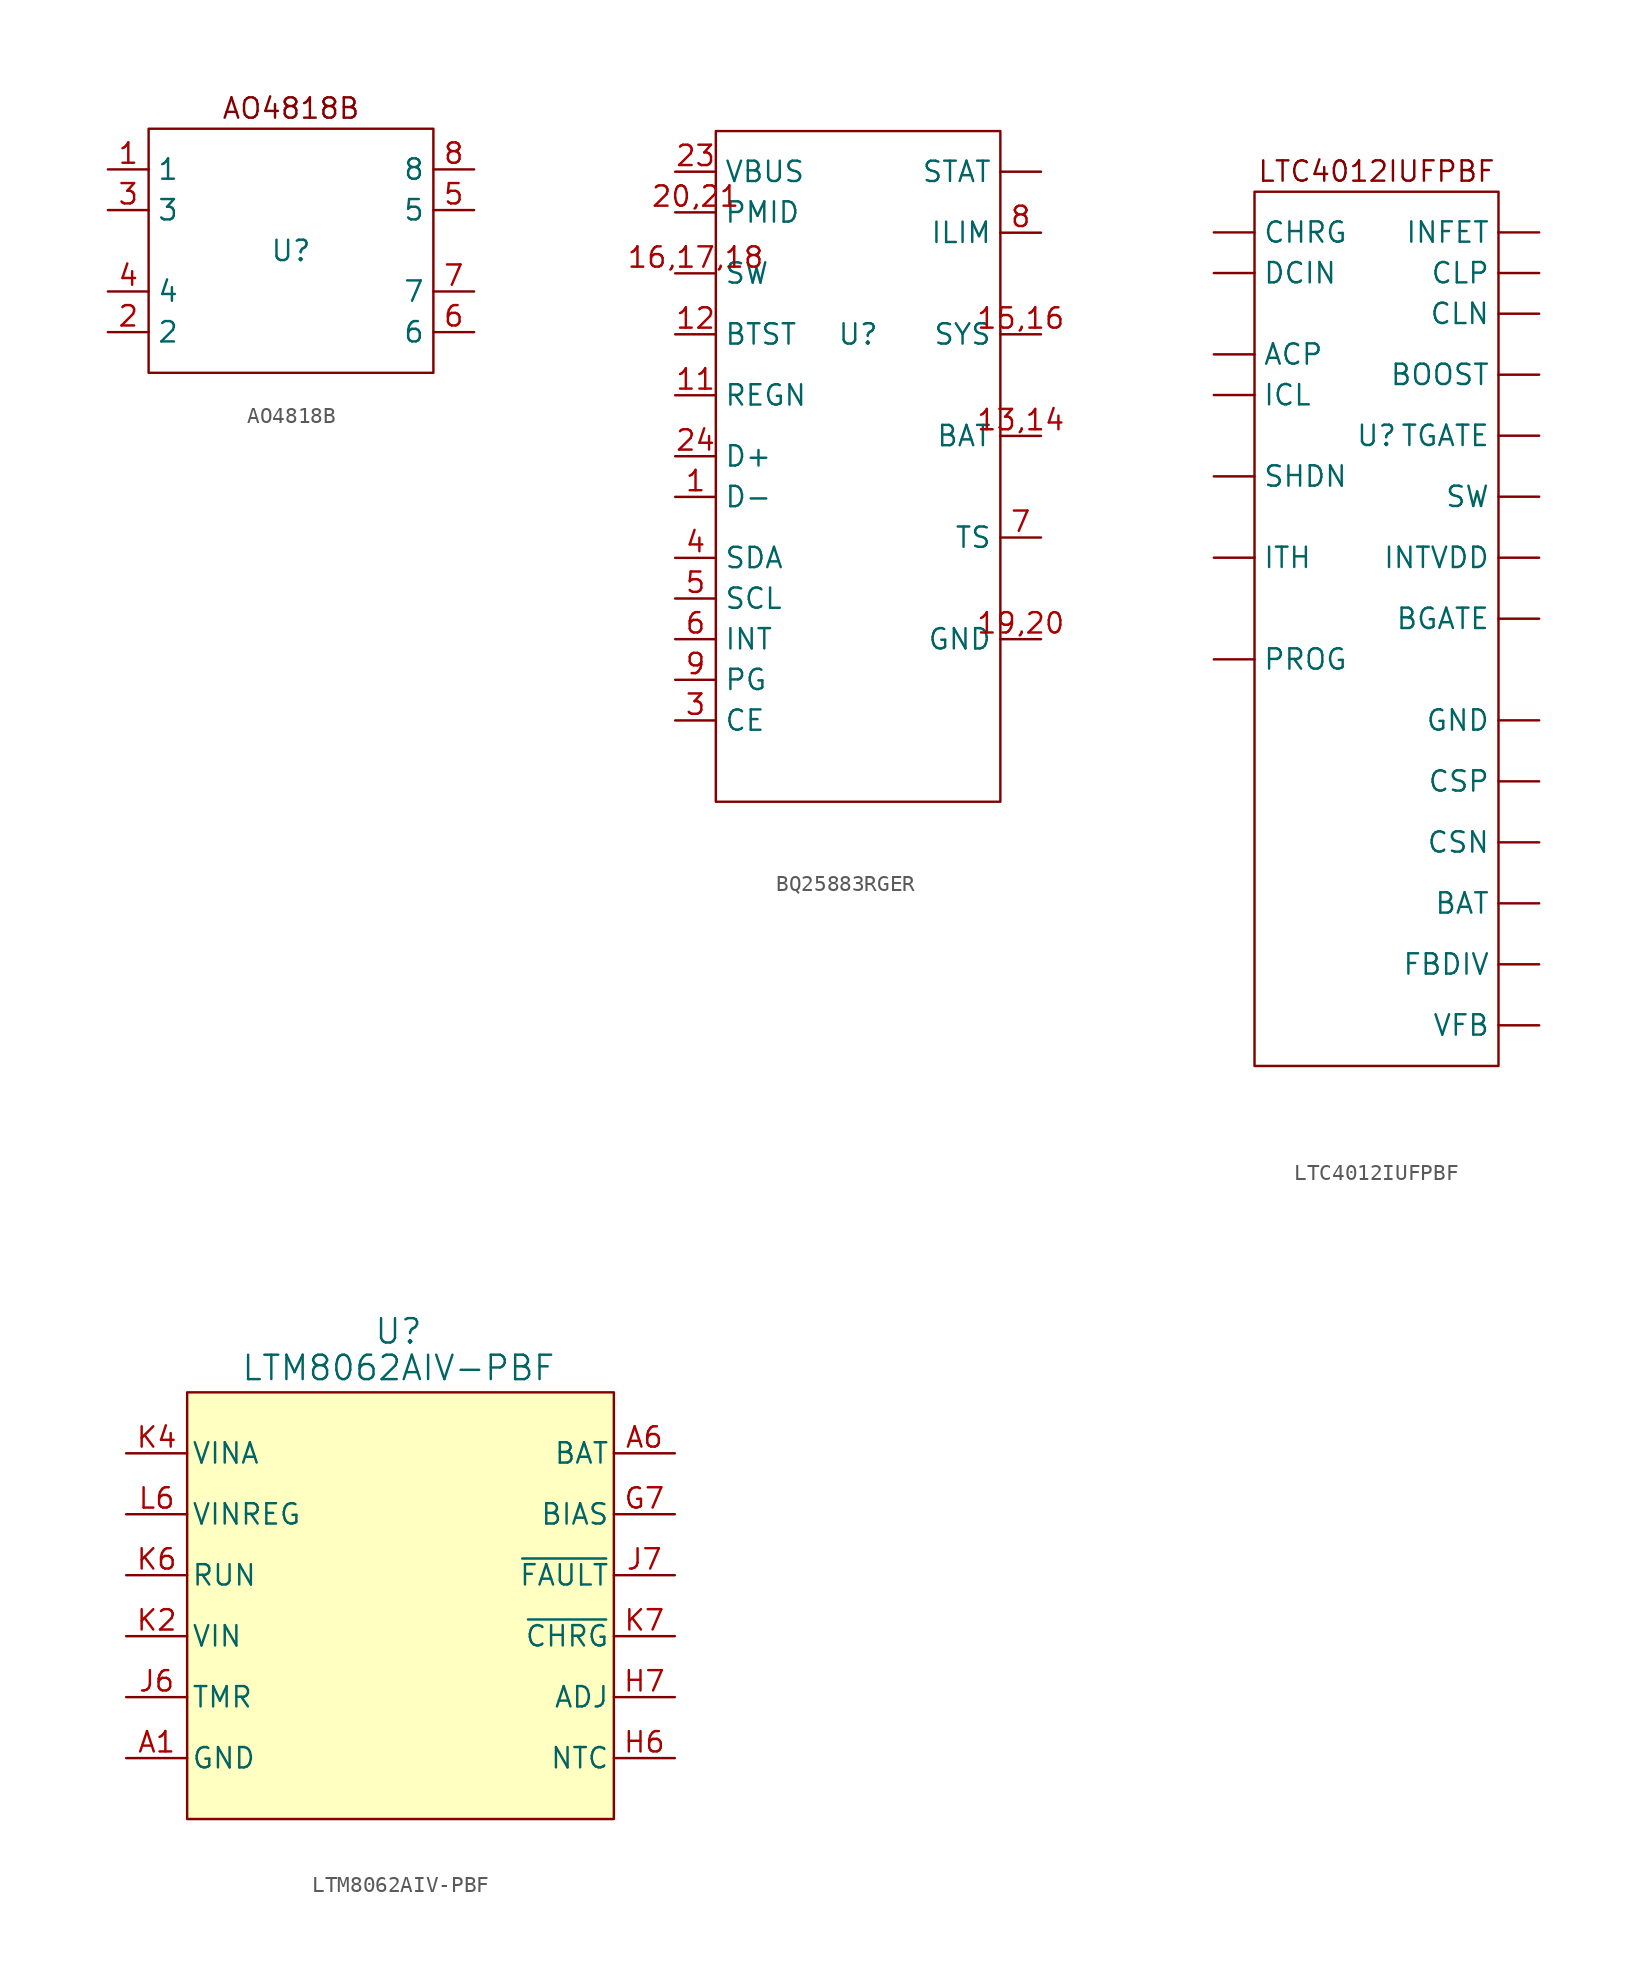
<source format=kicad_sym>
(kicad_symbol_lib
  (version 20241209)
  (generator "kicad_symbol_editor")
  (generator_version "9.0")
  (symbol "AO4818B"
    (property "Reference" "U"
      (at 0 0 0)
      (effects (font (size 1.27 1.27))))
    (property "Value" ""
      (at 0 0 0)
      (effects (font (size 1.27 1.27))))
    (symbol "AO4818B_0_1"
      (rectangle (start -8.89 7.62) (end 8.89 -7.62) (stroke (width 0) (type default)) (fill (type none))))
    (symbol "AO4818B_1_1"
      (text "AO4818B" (at 0 8.89 0) (effects (font (size 1.27 1.27))))
      (pin input line (at -11.43 5.08 0) (length 2.54) (name "1" (effects (font (size 1.27 1.27)))) (number "1" (effects (font (size 1.27 1.27)))))
      (pin input line (at -11.43 2.54 0) (length 2.54) (name "3" (effects (font (size 1.27 1.27)))) (number "3" (effects (font (size 1.27 1.27)))))
      (pin input line (at -11.43 -2.54 0) (length 2.54) (name "4" (effects (font (size 1.27 1.27)))) (number "4" (effects (font (size 1.27 1.27)))))
      (pin input line (at -11.43 -5.08 0) (length 2.54) (name "2" (effects (font (size 1.27 1.27)))) (number "2" (effects (font (size 1.27 1.27)))))
      (pin input line (at 11.43 5.08 180) (length 2.54) (name "8" (effects (font (size 1.27 1.27)))) (number "8" (effects (font (size 1.27 1.27)))))
      (pin input line (at 11.43 2.54 180) (length 2.54) (name "5" (effects (font (size 1.27 1.27)))) (number "5" (effects (font (size 1.27 1.27)))))
      (pin input line (at 11.43 -2.54 180) (length 2.54) (name "7" (effects (font (size 1.27 1.27)))) (number "7" (effects (font (size 1.27 1.27)))))
      (pin input line (at 11.43 -5.08 180) (length 2.54) (name "6" (effects (font (size 1.27 1.27)))) (number "6" (effects (font (size 1.27 1.27)))))))
  (symbol "BQ25883RGER"
    (property "Reference" "U"
      (at 0 0 0)
      (effects (font (size 1.27 1.27))))
    (property "Value" ""
      (at 0 0 0)
      (effects (font (size 1.27 1.27))))
    (symbol "BQ25883RGER_0_1"
      (rectangle (start -8.89 12.7) (end 8.89 -29.21) (stroke (width 0) (type default)) (fill (type none))))
    (symbol "BQ25883RGER_1_1"
      (pin input line (at -11.43 10.16 0) (length 2.54) (name "VBUS" (effects (font (size 1.27 1.27)))) (number "23" (effects (font (size 1.27 1.27)))))
      (pin input line (at -11.43 7.62 0) (length 2.54) (name "PMID" (effects (font (size 1.27 1.27)))) (number "20,21" (effects (font (size 1.27 1.27)))))
      (pin input line (at -11.43 3.81 0) (length 2.54) (name "SW" (effects (font (size 1.27 1.27)))) (number "16,17,18" (effects (font (size 1.27 1.27)))))
      (pin input line (at -11.43 0 0) (length 2.54) (name "BTST" (effects (font (size 1.27 1.27)))) (number "12" (effects (font (size 1.27 1.27)))))
      (pin input line (at -11.43 -3.81 0) (length 2.54) (name "REGN" (effects (font (size 1.27 1.27)))) (number "11" (effects (font (size 1.27 1.27)))))
      (pin input line (at -11.43 -7.62 0) (length 2.54) (name "D+" (effects (font (size 1.27 1.27)))) (number "24" (effects (font (size 1.27 1.27)))))
      (pin input line (at -11.43 -10.16 0) (length 2.54) (name "D-" (effects (font (size 1.27 1.27)))) (number "1" (effects (font (size 1.27 1.27)))))
      (pin input line (at -11.43 -13.97 0) (length 2.54) (name "SDA" (effects (font (size 1.27 1.27)))) (number "4" (effects (font (size 1.27 1.27)))))
      (pin input line (at -11.43 -16.51 0) (length 2.54) (name "SCL" (effects (font (size 1.27 1.27)))) (number "5" (effects (font (size 1.27 1.27)))))
      (pin input line (at -11.43 -19.05 0) (length 2.54) (name "INT" (effects (font (size 1.27 1.27)))) (number "6" (effects (font (size 1.27 1.27)))))
      (pin input line (at -11.43 -21.59 0) (length 2.54) (name "PG" (effects (font (size 1.27 1.27)))) (number "9" (effects (font (size 1.27 1.27)))))
      (pin input line (at -11.43 -24.13 0) (length 2.54) (name "CE" (effects (font (size 1.27 1.27)))) (number "3" (effects (font (size 1.27 1.27)))))
      (pin input line (at 11.43 10.16 180) (length 2.54) (name "STAT" (effects (font (size 1.27 1.27)))) (number "" (effects (font (size 1.27 1.27)))))
      (pin input line (at 11.43 6.35 180) (length 2.54) (name "ILIM" (effects (font (size 1.27 1.27)))) (number "8" (effects (font (size 1.27 1.27)))))
      (pin input line (at 11.43 0 180) (length 2.54) (name "SYS" (effects (font (size 1.27 1.27)))) (number "15,16" (effects (font (size 1.27 1.27)))))
      (pin input line (at 11.43 -6.35 180) (length 2.54) (name "BAT" (effects (font (size 1.27 1.27)))) (number "13,14" (effects (font (size 1.27 1.27)))))
      (pin input line (at 11.43 -12.7 180) (length 2.54) (name "TS" (effects (font (size 1.27 1.27)))) (number "7" (effects (font (size 1.27 1.27)))))
      (pin input line (at 11.43 -19.05 180) (length 2.54) (name "GND" (effects (font (size 1.27 1.27)))) (number "19,20" (effects (font (size 1.27 1.27)))))))
  (symbol "LTC4012IUFPBF"
    (property "Reference" "U"
      (at 0 0 0)
      (effects (font (size 1.27 1.27))))
    (property "Value" ""
      (at 0 0 0)
      (effects (font (size 1.27 1.27))))
    (symbol "LTC4012IUFPBF_0_1"
      (rectangle (start -7.62 15.24) (end 7.62 -39.37) (stroke (width 0) (type default)) (fill (type none))))
    (symbol "LTC4012IUFPBF_1_1"
      (text "LTC4012IUFPBF" (at 0 16.51 0) (effects (font (size 1.27 1.27))))
      (pin input line (at -10.16 12.7 0) (length 2.54) (name "CHRG" (effects (font (size 1.27 1.27)))) (number "7" (effects (font (size 0 0)))))
      (pin input line (at -10.16 10.16 0) (length 2.54) (name "DCIN" (effects (font (size 1.27 1.27)))) (number "4" (effects (font (size 0 0)))))
      (pin input line (at -10.16 5.08 0) (length 2.54) (name "ACP" (effects (font (size 1.27 1.27)))) (number "5" (effects (font (size 0 0)))))
      (pin input line (at -10.16 2.54 0) (length 2.54) (name "ICL" (effects (font (size 1.27 1.27)))) (number "8" (effects (font (size 0 0)))))
      (pin input line (at -10.16 -2.54 0) (length 2.54) (name "SHDN" (effects (font (size 1.27 1.27)))) (number "6" (effects (font (size 0 0)))))
      (pin input line (at -10.16 -7.62 0) (length 2.54) (name "ITH" (effects (font (size 1.27 1.27)))) (number "12" (effects (font (size 0 0)))))
      (pin input line (at -10.16 -13.97 0) (length 2.54) (name "PROG" (effects (font (size 1.27 1.27)))) (number "13" (effects (font (size 0 0)))))
      (pin input line (at 10.16 12.7 180) (length 2.54) (name "INFET" (effects (font (size 1.27 1.27)))) (number "3" (effects (font (size 0 0)))))
      (pin input line (at 10.16 10.16 180) (length 2.54) (name "CLP" (effects (font (size 1.27 1.27)))) (number "2" (effects (font (size 0 0)))))
      (pin input line (at 10.16 7.62 180) (length 2.54) (name "CLN" (effects (font (size 1.27 1.27)))) (number "1" (effects (font (size 0 0)))))
      (pin input line (at 10.16 3.81 180) (length 2.54) (name "BOOST" (effects (font (size 1.27 1.27)))) (number "20" (effects (font (size 0 0)))))
      (pin input line (at 10.16 0 180) (length 2.54) (name "TGATE" (effects (font (size 1.27 1.27)))) (number "19" (effects (font (size 0 0)))))
      (pin input line (at 10.16 -3.81 180) (length 2.54) (name "SW" (effects (font (size 1.27 1.27)))) (number "18" (effects (font (size 0 0)))))
      (pin input line (at 10.16 -7.62 180) (length 2.54) (name "INTVDD" (effects (font (size 1.27 1.27)))) (number "17" (effects (font (size 0 0)))))
      (pin input line (at 10.16 -11.43 180) (length 2.54) (name "BGATE" (effects (font (size 1.27 1.27)))) (number "16" (effects (font (size 0 0)))))
      (pin input line (at 10.16 -17.78 180) (length 2.54) (name "GND" (effects (font (size 1.27 1.27)))) (number "21" (effects (font (size 0 0)))))
      (pin input line (at 10.16 -21.59 180) (length 2.54) (name "CSP" (effects (font (size 1.27 1.27)))) (number "15" (effects (font (size 0 0)))))
      (pin input line (at 10.16 -25.4 180) (length 2.54) (name "CSN" (effects (font (size 1.27 1.27)))) (number "14" (effects (font (size 0 0)))))
      (pin input line (at 10.16 -29.21 180) (length 2.54) (name "BAT" (effects (font (size 1.27 1.27)))) (number "11" (effects (font (size 0 0)))))
      (pin input line (at 10.16 -33.02 180) (length 2.54) (name "FBDIV" (effects (font (size 1.27 1.27)))) (number "10" (effects (font (size 0 0)))))
      (pin input line (at 10.16 -36.83 180) (length 2.54) (name "VFB" (effects (font (size 1.27 1.27)))) (number "9" (effects (font (size 0 0)))))))
  (symbol "LTM8062AIV-PBF"
    (pin_names
      (offset 0.254))
    (property "Reference" "U"
      (at -0.762 8.89 0)
      (effects (font (size 1.524 1.524))))
    (property "Value" "LTM8062AIV-PBF"
      (at -0.762 6.604 0)
      (effects (font (size 1.524 1.524))))
    (property "ki_locked" ""
      (at 0 0 0)
      (effects (font (size 1.27 1.27))))
    (symbol "LTM8062AIV-PBF_1_1"
      (rectangle (start -13.97 5.08) (end 12.7 -21.59) (stroke (width 0) (type solid)) (fill (type color) (color 255 255 194 1)))
      (pin power_in line (at -17.78 1.27 0) (length 3.81) (name "VINA" (effects (font (size 1.27 1.27)))) (number "K4" (effects (font (size 1.27 1.27)))))
      (pin power_in line (at -17.78 1.27 0) (length 3.81) (hide yes) (name "VINA" (effects (font (size 1.27 1.27)))) (number "K5" (effects (font (size 1.27 1.27)))))
      (pin power_in line (at -17.78 1.27 0) (length 3.81) (hide yes) (name "VINA" (effects (font (size 1.27 1.27)))) (number "L4" (effects (font (size 1.27 1.27)))))
      (pin power_in line (at -17.78 1.27 0) (length 3.81) (hide yes) (name "VINA" (effects (font (size 1.27 1.27)))) (number "L5" (effects (font (size 1.27 1.27)))))
      (pin power_in line (at -17.78 -2.54 0) (length 3.81) (name "VINREG" (effects (font (size 1.27 1.27)))) (number "L6" (effects (font (size 1.27 1.27)))))
      (pin input line (at -17.78 -6.35 0) (length 3.81) (name "RUN" (effects (font (size 1.27 1.27)))) (number "K6" (effects (font (size 1.27 1.27)))))
      (pin input line (at -17.78 -10.16 0) (length 3.81) (hide yes) (name "VIN" (effects (font (size 1.27 1.27)))) (number "K1" (effects (font (size 1.27 1.27)))))
      (pin input line (at -17.78 -10.16 0) (length 3.81) (name "VIN" (effects (font (size 1.27 1.27)))) (number "K2" (effects (font (size 1.27 1.27)))))
      (pin input line (at -17.78 -10.16 0) (length 3.81) (hide yes) (name "VIN" (effects (font (size 1.27 1.27)))) (number "K3" (effects (font (size 1.27 1.27)))))
      (pin input line (at -17.78 -10.16 0) (length 3.81) (hide yes) (name "VIN" (effects (font (size 1.27 1.27)))) (number "L1" (effects (font (size 1.27 1.27)))))
      (pin input line (at -17.78 -10.16 0) (length 3.81) (hide yes) (name "VIN" (effects (font (size 1.27 1.27)))) (number "L2" (effects (font (size 1.27 1.27)))))
      (pin input line (at -17.78 -10.16 0) (length 3.81) (hide yes) (name "VIN" (effects (font (size 1.27 1.27)))) (number "L3" (effects (font (size 1.27 1.27)))))
      (pin output line (at -17.78 -13.97 0) (length 3.81) (name "TMR" (effects (font (size 1.27 1.27)))) (number "J6" (effects (font (size 1.27 1.27)))))
      (pin power_in line (at -17.78 -17.78 0) (length 3.81) (name "GND" (effects (font (size 1.27 1.27)))) (number "A1" (effects (font (size 1.27 1.27)))))
      (pin power_in line (at -17.78 -17.78 0) (length 3.81) (hide yes) (name "GND" (effects (font (size 1.27 1.27)))) (number "A2" (effects (font (size 1.27 1.27)))))
      (pin power_in line (at -17.78 -17.78 0) (length 3.81) (hide yes) (name "GND" (effects (font (size 1.27 1.27)))) (number "A3" (effects (font (size 1.27 1.27)))))
      (pin power_in line (at -17.78 -17.78 0) (length 3.81) (hide yes) (name "GND" (effects (font (size 1.27 1.27)))) (number "A4" (effects (font (size 1.27 1.27)))))
      (pin power_in line (at -17.78 -17.78 0) (length 3.81) (hide yes) (name "GND" (effects (font (size 1.27 1.27)))) (number "A5" (effects (font (size 1.27 1.27)))))
      (pin power_in line (at -17.78 -17.78 0) (length 3.81) (hide yes) (name "GND" (effects (font (size 1.27 1.27)))) (number "B1" (effects (font (size 1.27 1.27)))))
      (pin power_in line (at -17.78 -17.78 0) (length 3.81) (hide yes) (name "GND" (effects (font (size 1.27 1.27)))) (number "B2" (effects (font (size 1.27 1.27)))))
      (pin power_in line (at -17.78 -17.78 0) (length 3.81) (hide yes) (name "GND" (effects (font (size 1.27 1.27)))) (number "B3" (effects (font (size 1.27 1.27)))))
      (pin power_in line (at -17.78 -17.78 0) (length 3.81) (hide yes) (name "GND" (effects (font (size 1.27 1.27)))) (number "B5" (effects (font (size 1.27 1.27)))))
      (pin power_in line (at -17.78 -17.78 0) (length 3.81) (hide yes) (name "GND" (effects (font (size 1.27 1.27)))) (number "C1" (effects (font (size 1.27 1.27)))))
      (pin power_in line (at -17.78 -17.78 0) (length 3.81) (hide yes) (name "GND" (effects (font (size 1.27 1.27)))) (number "C2" (effects (font (size 1.27 1.27)))))
      (pin power_in line (at -17.78 -17.78 0) (length 3.81) (hide yes) (name "GND" (effects (font (size 1.27 1.27)))) (number "C3" (effects (font (size 1.27 1.27)))))
      (pin power_in line (at -17.78 -17.78 0) (length 3.81) (hide yes) (name "GND" (effects (font (size 1.27 1.27)))) (number "C4" (effects (font (size 1.27 1.27)))))
      (pin power_in line (at -17.78 -17.78 0) (length 3.81) (hide yes) (name "GND" (effects (font (size 1.27 1.27)))) (number "C5" (effects (font (size 1.27 1.27)))))
      (pin power_in line (at -17.78 -17.78 0) (length 3.81) (hide yes) (name "GND" (effects (font (size 1.27 1.27)))) (number "D1" (effects (font (size 1.27 1.27)))))
      (pin power_in line (at -17.78 -17.78 0) (length 3.81) (hide yes) (name "GND" (effects (font (size 1.27 1.27)))) (number "D2" (effects (font (size 1.27 1.27)))))
      (pin power_in line (at -17.78 -17.78 0) (length 3.81) (hide yes) (name "GND" (effects (font (size 1.27 1.27)))) (number "D3" (effects (font (size 1.27 1.27)))))
      (pin power_in line (at -17.78 -17.78 0) (length 3.81) (hide yes) (name "GND" (effects (font (size 1.27 1.27)))) (number "D4" (effects (font (size 1.27 1.27)))))
      (pin power_in line (at -17.78 -17.78 0) (length 3.81) (hide yes) (name "GND" (effects (font (size 1.27 1.27)))) (number "D5" (effects (font (size 1.27 1.27)))))
      (pin power_in line (at -17.78 -17.78 0) (length 3.81) (hide yes) (name "GND" (effects (font (size 1.27 1.27)))) (number "F1" (effects (font (size 1.27 1.27)))))
      (pin power_in line (at -17.78 -17.78 0) (length 3.81) (hide yes) (name "GND" (effects (font (size 1.27 1.27)))) (number "F2" (effects (font (size 1.27 1.27)))))
      (pin power_in line (at -17.78 -17.78 0) (length 3.81) (hide yes) (name "GND" (effects (font (size 1.27 1.27)))) (number "F3" (effects (font (size 1.27 1.27)))))
      (pin power_in line (at -17.78 -17.78 0) (length 3.81) (hide yes) (name "GND" (effects (font (size 1.27 1.27)))) (number "F4" (effects (font (size 1.27 1.27)))))
      (pin power_in line (at -17.78 -17.78 0) (length 3.81) (hide yes) (name "GND" (effects (font (size 1.27 1.27)))) (number "F5" (effects (font (size 1.27 1.27)))))
      (pin power_in line (at -17.78 -17.78 0) (length 3.81) (hide yes) (name "GND" (effects (font (size 1.27 1.27)))) (number "G1" (effects (font (size 1.27 1.27)))))
      (pin power_in line (at -17.78 -17.78 0) (length 3.81) (hide yes) (name "GND" (effects (font (size 1.27 1.27)))) (number "G2" (effects (font (size 1.27 1.27)))))
      (pin power_in line (at -17.78 -17.78 0) (length 3.81) (hide yes) (name "GND" (effects (font (size 1.27 1.27)))) (number "G3" (effects (font (size 1.27 1.27)))))
      (pin power_in line (at -17.78 -17.78 0) (length 3.81) (hide yes) (name "GND" (effects (font (size 1.27 1.27)))) (number "G4" (effects (font (size 1.27 1.27)))))
      (pin power_in line (at -17.78 -17.78 0) (length 3.81) (hide yes) (name "GND" (effects (font (size 1.27 1.27)))) (number "G5" (effects (font (size 1.27 1.27)))))
      (pin power_in line (at -17.78 -17.78 0) (length 3.81) (hide yes) (name "GND" (effects (font (size 1.27 1.27)))) (number "G6" (effects (font (size 1.27 1.27)))))
      (pin power_in line (at -17.78 -17.78 0) (length 3.81) (hide yes) (name "GND" (effects (font (size 1.27 1.27)))) (number "H1" (effects (font (size 1.27 1.27)))))
      (pin power_in line (at -17.78 -17.78 0) (length 3.81) (hide yes) (name "GND" (effects (font (size 1.27 1.27)))) (number "H2" (effects (font (size 1.27 1.27)))))
      (pin power_in line (at -17.78 -17.78 0) (length 3.81) (hide yes) (name "GND" (effects (font (size 1.27 1.27)))) (number "H3" (effects (font (size 1.27 1.27)))))
      (pin power_in line (at -17.78 -17.78 0) (length 3.81) (hide yes) (name "GND" (effects (font (size 1.27 1.27)))) (number "H4" (effects (font (size 1.27 1.27)))))
      (pin power_in line (at -17.78 -17.78 0) (length 3.81) (hide yes) (name "GND" (effects (font (size 1.27 1.27)))) (number "H5" (effects (font (size 1.27 1.27)))))
      (pin power_in line (at -17.78 -17.78 0) (length 3.81) (hide yes) (name "GND" (effects (font (size 1.27 1.27)))) (number "J1" (effects (font (size 1.27 1.27)))))
      (pin power_in line (at -17.78 -17.78 0) (length 3.81) (hide yes) (name "GND" (effects (font (size 1.27 1.27)))) (number "J2" (effects (font (size 1.27 1.27)))))
      (pin power_in line (at -17.78 -17.78 0) (length 3.81) (hide yes) (name "GND" (effects (font (size 1.27 1.27)))) (number "J3" (effects (font (size 1.27 1.27)))))
      (pin power_in line (at -17.78 -17.78 0) (length 3.81) (hide yes) (name "GND" (effects (font (size 1.27 1.27)))) (number "J4" (effects (font (size 1.27 1.27)))))
      (pin power_in line (at -17.78 -17.78 0) (length 3.81) (hide yes) (name "GND" (effects (font (size 1.27 1.27)))) (number "J5" (effects (font (size 1.27 1.27)))))
      (pin power_in line (at -17.78 -17.78 0) (length 3.81) (hide yes) (name "GND" (effects (font (size 1.27 1.27)))) (number "L7" (effects (font (size 1.27 1.27)))))
      (pin output line (at 16.51 1.27 180) (length 3.81) (name "BAT" (effects (font (size 1.27 1.27)))) (number "A6" (effects (font (size 1.27 1.27)))))
      (pin output line (at 16.51 1.27 180) (length 3.81) (hide yes) (name "BAT" (effects (font (size 1.27 1.27)))) (number "A7" (effects (font (size 1.27 1.27)))))
      (pin output line (at 16.51 1.27 180) (length 3.81) (hide yes) (name "BAT" (effects (font (size 1.27 1.27)))) (number "B6" (effects (font (size 1.27 1.27)))))
      (pin output line (at 16.51 1.27 180) (length 3.81) (hide yes) (name "BAT" (effects (font (size 1.27 1.27)))) (number "B7" (effects (font (size 1.27 1.27)))))
      (pin output line (at 16.51 1.27 180) (length 3.81) (hide yes) (name "BAT" (effects (font (size 1.27 1.27)))) (number "C6" (effects (font (size 1.27 1.27)))))
      (pin output line (at 16.51 1.27 180) (length 3.81) (hide yes) (name "BAT" (effects (font (size 1.27 1.27)))) (number "C7" (effects (font (size 1.27 1.27)))))
      (pin output line (at 16.51 1.27 180) (length 3.81) (hide yes) (name "BAT" (effects (font (size 1.27 1.27)))) (number "D6" (effects (font (size 1.27 1.27)))))
      (pin output line (at 16.51 1.27 180) (length 3.81) (hide yes) (name "BAT" (effects (font (size 1.27 1.27)))) (number "D7" (effects (font (size 1.27 1.27)))))
      (pin output line (at 16.51 1.27 180) (length 3.81) (hide yes) (name "BAT" (effects (font (size 1.27 1.27)))) (number "E6" (effects (font (size 1.27 1.27)))))
      (pin output line (at 16.51 1.27 180) (length 3.81) (hide yes) (name "BAT" (effects (font (size 1.27 1.27)))) (number "E7" (effects (font (size 1.27 1.27)))))
      (pin output line (at 16.51 1.27 180) (length 3.81) (hide yes) (name "BAT" (effects (font (size 1.27 1.27)))) (number "F6" (effects (font (size 1.27 1.27)))))
      (pin output line (at 16.51 1.27 180) (length 3.81) (hide yes) (name "BAT" (effects (font (size 1.27 1.27)))) (number "F7" (effects (font (size 1.27 1.27)))))
      (pin unspecified line (at 16.51 -2.54 180) (length 3.81) (name "BIAS" (effects (font (size 1.27 1.27)))) (number "G7" (effects (font (size 1.27 1.27)))))
      (pin output line (at 16.51 -6.35 180) (length 3.81) (name "~{FAULT}" (effects (font (size 1.27 1.27)))) (number "J7" (effects (font (size 1.27 1.27)))))
      (pin output line (at 16.51 -10.16 180) (length 3.81) (name "~{CHRG}" (effects (font (size 1.27 1.27)))) (number "K7" (effects (font (size 1.27 1.27)))))
      (pin input line (at 16.51 -13.97 180) (length 3.81) (name "ADJ" (effects (font (size 1.27 1.27)))) (number "H7" (effects (font (size 1.27 1.27)))))
      (pin input line (at 16.51 -17.78 180) (length 3.81) (name "NTC" (effects (font (size 1.27 1.27)))) (number "H6" (effects (font (size 1.27 1.27))))))))
</source>
